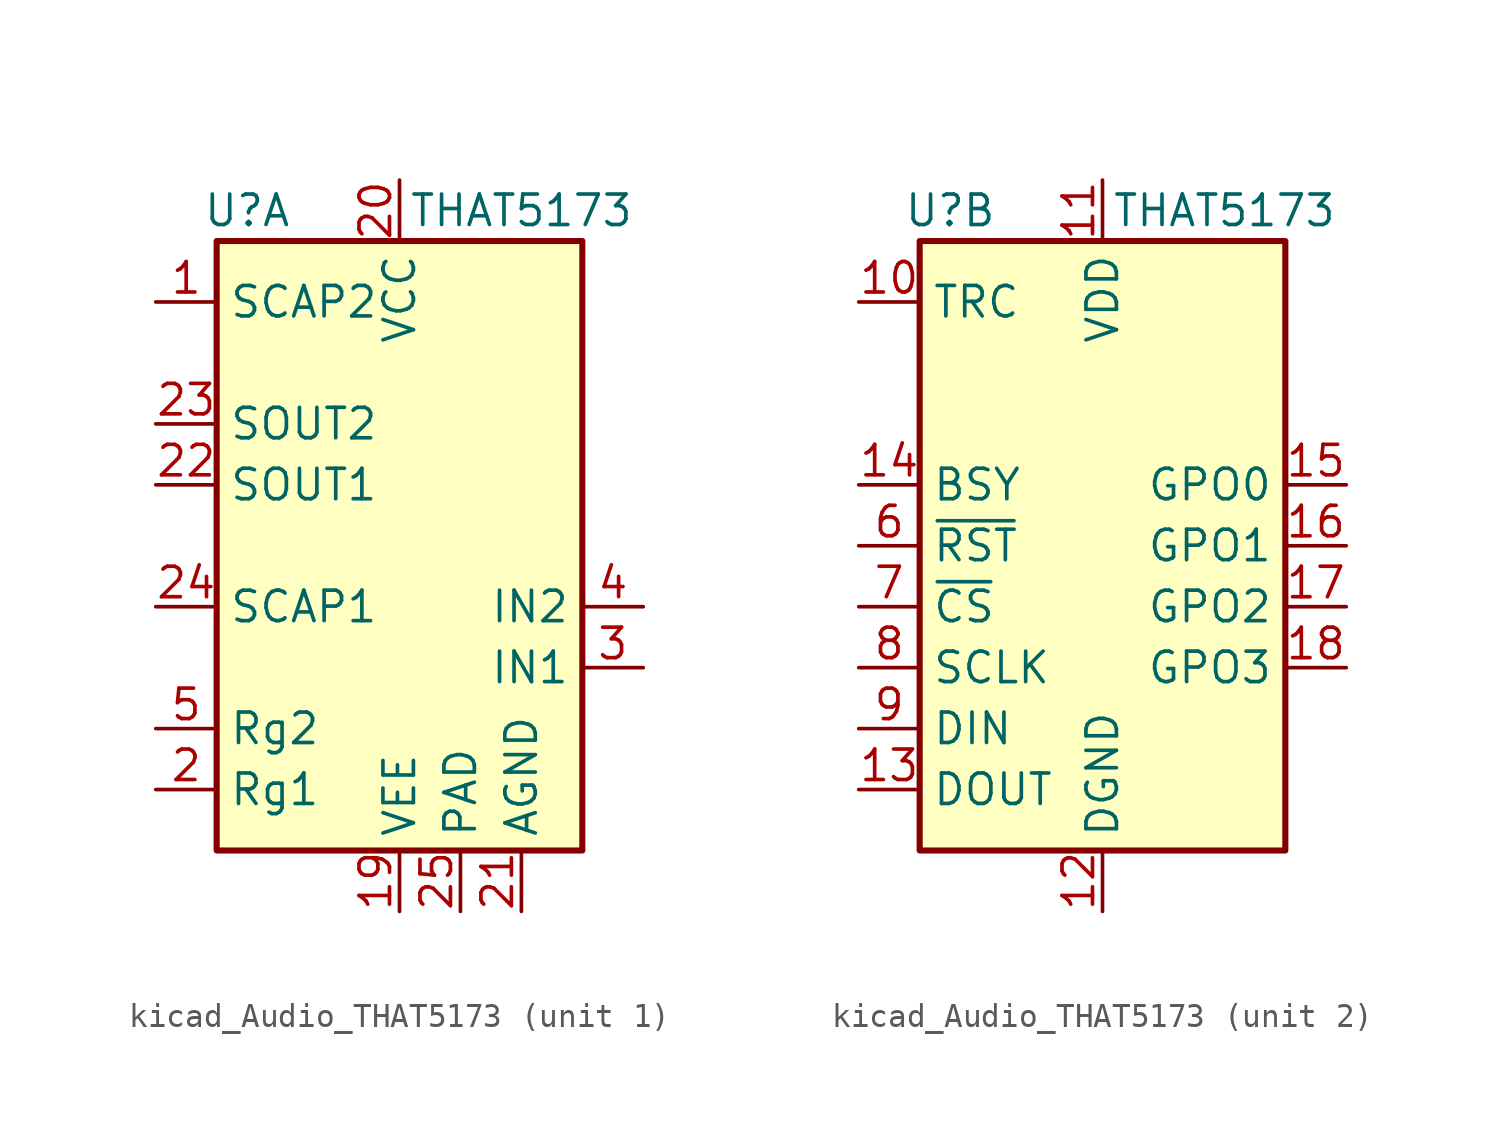
<source format=kicad_sym>
(kicad_symbol_lib
  (version 20220914)
  (generator kicad_symbol_editor)
  (symbol "kicad_Audio_THAT5173"
    (property "Reference" "U"
      (at -6.35 13.97 0)
      (effects (font (size 1.27 1.27))))
    (property "Value" "THAT5173"
      (at 5.08 13.97 0)
      (effects (font (size 1.27 1.27))))
    (property "ki_locked" ""
      (at 0 0 0)
      (effects (font (size 1.27 1.27))))
    (symbol "kicad_Audio_THAT5173_0_1"
      (rectangle (start -7.62 12.7) (end 7.62 -12.7) (stroke (width 0.254) (type default)) (fill (type background))))
    (symbol "kicad_Audio_THAT5173_1_1"
      (pin passive line (at -10.16 10.16 0) (length 2.54) (name "SCAP2" (effects (font (size 1.27 1.27)))) (number "1" (effects (font (size 1.27 1.27)))))
      (pin power_in line (at 0 -15.24 90) (length 2.54) (name "VEE" (effects (font (size 1.27 1.27)))) (number "19" (effects (font (size 1.27 1.27)))))
      (pin passive line (at -10.16 -10.16 0) (length 2.54) (name "Rg1" (effects (font (size 1.27 1.27)))) (number "2" (effects (font (size 1.27 1.27)))))
      (pin power_in line (at 0 15.24 270) (length 2.54) (name "VCC" (effects (font (size 1.27 1.27)))) (number "20" (effects (font (size 1.27 1.27)))))
      (pin power_in line (at 5.08 -15.24 90) (length 2.54) (name "AGND" (effects (font (size 1.27 1.27)))) (number "21" (effects (font (size 1.27 1.27)))))
      (pin output line (at -10.16 2.54 0) (length 2.54) (name "SOUT1" (effects (font (size 1.27 1.27)))) (number "22" (effects (font (size 1.27 1.27)))))
      (pin output line (at -10.16 5.08 0) (length 2.54) (name "SOUT2" (effects (font (size 1.27 1.27)))) (number "23" (effects (font (size 1.27 1.27)))))
      (pin passive line (at -10.16 -2.54 0) (length 2.54) (name "SCAP1" (effects (font (size 1.27 1.27)))) (number "24" (effects (font (size 1.27 1.27)))))
      (pin passive line (at 2.54 -15.24 90) (length 2.54) (name "PAD" (effects (font (size 1.27 1.27)))) (number "25" (effects (font (size 1.27 1.27)))))
      (pin input line (at 10.16 -5.08 180) (length 2.54) (name "IN1" (effects (font (size 1.27 1.27)))) (number "3" (effects (font (size 1.27 1.27)))))
      (pin input line (at 10.16 -2.54 180) (length 2.54) (name "IN2" (effects (font (size 1.27 1.27)))) (number "4" (effects (font (size 1.27 1.27)))))
      (pin passive line (at -10.16 -7.62 0) (length 2.54) (name "Rg2" (effects (font (size 1.27 1.27)))) (number "5" (effects (font (size 1.27 1.27))))))
    (symbol "kicad_Audio_THAT5173_2_1"
      (pin passive line (at -10.16 10.16 0) (length 2.54) (name "TRC" (effects (font (size 1.27 1.27)))) (number "10" (effects (font (size 1.27 1.27)))))
      (pin power_in line (at 0 15.24 270) (length 2.54) (name "VDD" (effects (font (size 1.27 1.27)))) (number "11" (effects (font (size 1.27 1.27)))))
      (pin power_in line (at 0 -15.24 90) (length 2.54) (name "DGND" (effects (font (size 1.27 1.27)))) (number "12" (effects (font (size 1.27 1.27)))))
      (pin tri_state line (at -10.16 -10.16 0) (length 2.54) (name "DOUT" (effects (font (size 1.27 1.27)))) (number "13" (effects (font (size 1.27 1.27)))))
      (pin output line (at -10.16 2.54 0) (length 2.54) (name "BSY" (effects (font (size 1.27 1.27)))) (number "14" (effects (font (size 1.27 1.27)))))
      (pin output line (at 10.16 2.54 180) (length 2.54) (name "GPO0" (effects (font (size 1.27 1.27)))) (number "15" (effects (font (size 1.27 1.27)))))
      (pin output line (at 10.16 0 180) (length 2.54) (name "GPO1" (effects (font (size 1.27 1.27)))) (number "16" (effects (font (size 1.27 1.27)))))
      (pin output line (at 10.16 -2.54 180) (length 2.54) (name "GPO2" (effects (font (size 1.27 1.27)))) (number "17" (effects (font (size 1.27 1.27)))))
      (pin output line (at 10.16 -5.08 180) (length 2.54) (name "GPO3" (effects (font (size 1.27 1.27)))) (number "18" (effects (font (size 1.27 1.27)))))
      (pin input line (at -10.16 0 0) (length 2.54) (name "~{RST}" (effects (font (size 1.27 1.27)))) (number "6" (effects (font (size 1.27 1.27)))))
      (pin input line (at -10.16 -2.54 0) (length 2.54) (name "~{CS}" (effects (font (size 1.27 1.27)))) (number "7" (effects (font (size 1.27 1.27)))))
      (pin input line (at -10.16 -5.08 0) (length 2.54) (name "SCLK" (effects (font (size 1.27 1.27)))) (number "8" (effects (font (size 1.27 1.27)))))
      (pin input line (at -10.16 -7.62 0) (length 2.54) (name "DIN" (effects (font (size 1.27 1.27)))) (number "9" (effects (font (size 1.27 1.27))))))))
</source>
